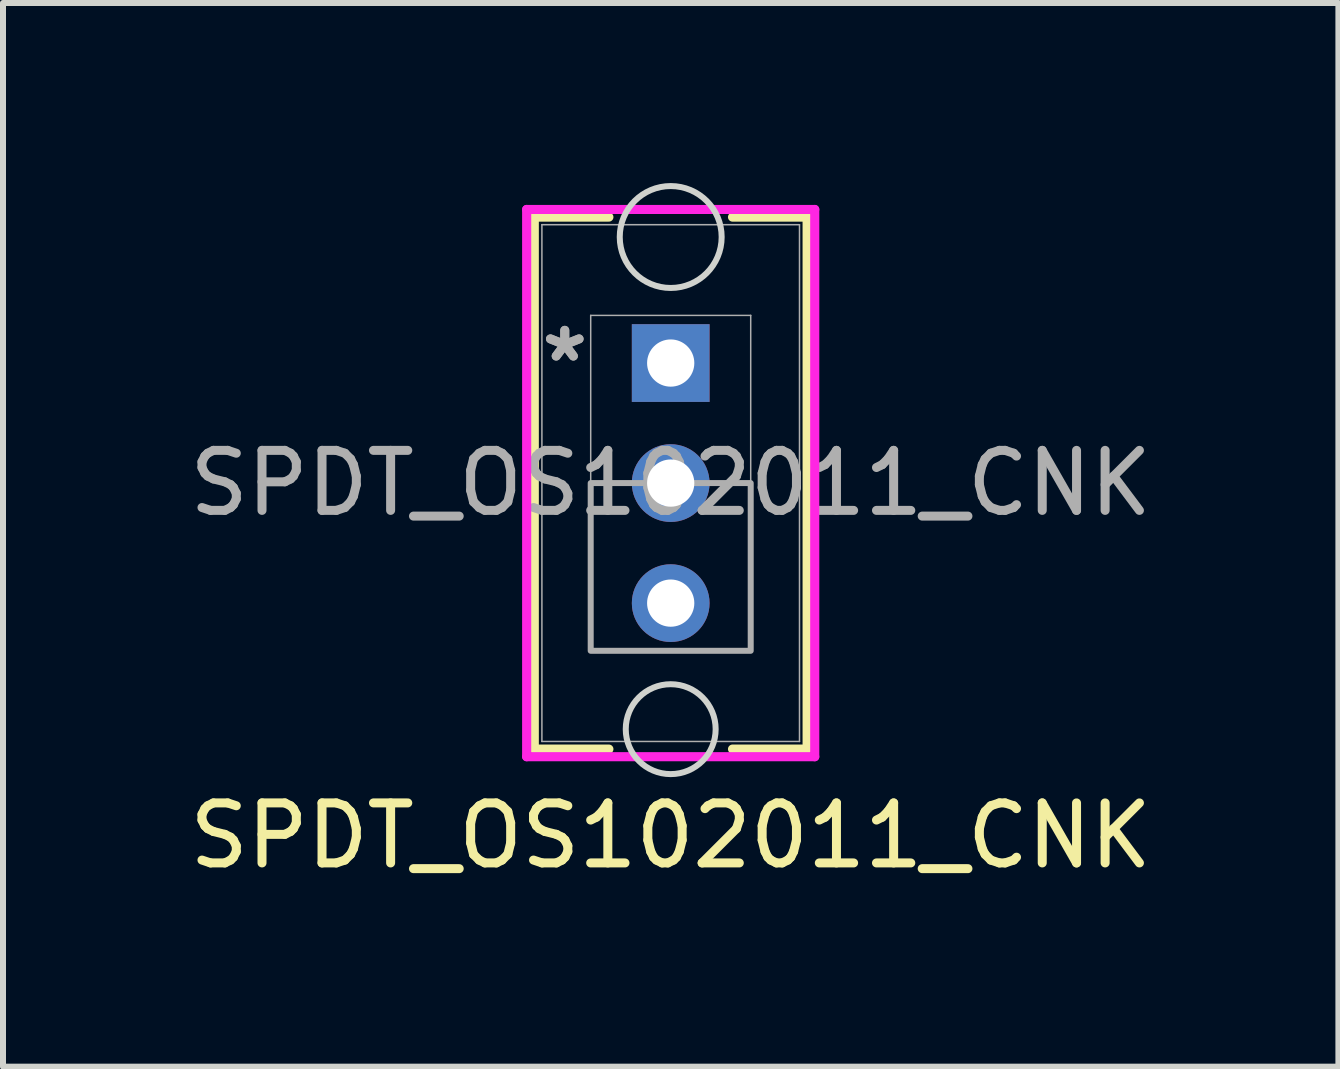
<source format=kicad_pcb>
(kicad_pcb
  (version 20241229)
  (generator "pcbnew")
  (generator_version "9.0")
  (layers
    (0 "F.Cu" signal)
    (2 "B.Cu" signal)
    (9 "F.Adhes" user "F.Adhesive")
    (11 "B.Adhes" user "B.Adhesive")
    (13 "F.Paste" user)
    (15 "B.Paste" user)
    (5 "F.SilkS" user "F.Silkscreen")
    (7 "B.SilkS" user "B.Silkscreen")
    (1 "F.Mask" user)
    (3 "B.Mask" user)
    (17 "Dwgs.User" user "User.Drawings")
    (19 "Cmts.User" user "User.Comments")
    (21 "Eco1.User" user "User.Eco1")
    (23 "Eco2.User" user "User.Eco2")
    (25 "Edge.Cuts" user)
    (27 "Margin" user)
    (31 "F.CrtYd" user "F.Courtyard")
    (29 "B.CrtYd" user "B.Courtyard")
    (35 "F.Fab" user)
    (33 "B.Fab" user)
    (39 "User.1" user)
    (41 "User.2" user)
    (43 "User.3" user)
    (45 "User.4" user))
  (footprint "SPDT_OS102011_CNK"
    (layer "F.Cu")
    (at 8.125 2.999)
    (property "Reference" "SPDT_OS102011_CNK" (at 0 7.874 0) (unlocked yes) (layer "F.SilkS") (effects (font (size 1 1) (thickness 0.15))))
    (attr through_hole)
    (fp_line (start -2.273 -2.432) (end -2.273 6.432) (stroke (width 0.152) (type solid)) (layer "F.SilkS"))
    (fp_line (start -2.273 6.432) (end -1.03 6.432) (stroke (width 0.152) (type solid)) (layer "F.SilkS"))
    (fp_line (start -1.03 -2.432) (end -2.273 -2.432) (stroke (width 0.152) (type solid)) (layer "F.SilkS"))
    (fp_line (start 1.03 6.432) (end 2.273 6.432) (stroke (width 0.152) (type solid)) (layer "F.SilkS"))
    (fp_line (start 2.273 -2.432) (end 1.03 -2.432) (stroke (width 0.152) (type solid)) (layer "F.SilkS"))
    (fp_line (start 2.273 6.432) (end 2.273 -2.432) (stroke (width 0.152) (type solid)) (layer "F.SilkS"))
    (fp_circle (center 0 -2.1) (end 0.849 -2.1) (stroke (width 0.1) (type default)) (fill no) (layer "Edge.Cuts"))
    (fp_circle (center 0 6.1) (end 0.749 6.1) (stroke (width 0.1) (type default)) (fill no) (layer "Edge.Cuts"))
    (fp_line (start -2.4 -2.559) (end -2.4 6.559) (stroke (width 0.152) (type solid)) (layer "F.CrtYd"))
    (fp_line (start -2.4 6.559) (end 2.4 6.559) (stroke (width 0.152) (type solid)) (layer "F.CrtYd"))
    (fp_line (start 2.4 -2.559) (end -2.4 -2.559) (stroke (width 0.152) (type solid)) (layer "F.CrtYd"))
    (fp_line (start 2.4 6.559) (end 2.4 -2.559) (stroke (width 0.152) (type solid)) (layer "F.CrtYd"))
    (fp_line (start -2.146 -2.305) (end -2.146 6.305) (stroke (width 0.025) (type solid)) (layer "F.Fab"))
    (fp_line (start -2.146 6.305) (end 2.146 6.305) (stroke (width 0.025) (type solid)) (layer "F.Fab"))
    (fp_line (start -1.333 -0.794) (end 1.333 -0.794) (stroke (width 0.025) (type solid)) (layer "F.Fab"))
    (fp_line (start -1.333 4.794) (end -1.333 -0.794) (stroke (width 0.025) (type solid)) (layer "F.Fab"))
    (fp_line (start 1.333 -0.794) (end 1.333 4.794) (stroke (width 0.025) (type solid)) (layer "F.Fab"))
    (fp_line (start 1.333 4.794) (end -1.333 4.794) (stroke (width 0.025) (type solid)) (layer "F.Fab"))
    (fp_line (start 2.146 -2.305) (end -2.146 -2.305) (stroke (width 0.025) (type solid)) (layer "F.Fab"))
    (fp_line (start 2.146 6.305) (end 2.146 -2.305) (stroke (width 0.025) (type solid)) (layer "F.Fab"))
    (fp_poly (pts (xy -1.333 4.794) (xy -1.333 2) (xy 1.333 2) (xy 1.333 4.794)) (stroke (width 0.1) (type solid)) (fill no) (layer "F.Fab"))
    (fp_text user "${REFERENCE}" (at 0 2 0) (unlocked yes) (layer "F.Fab") (effects (font (size 1 1) (thickness 0.15))))
    (fp_text user "*" (at -1.765 0 0) (unlocked yes) (layer "F.Fab") (effects (font (size 1 1) (thickness 0.15))))
    (fp_text user "*" (at -1.765 0 0) (layer "F.Fab") (effects (font (size 1 1) (thickness 0.15))))
    (pad "1" thru_hole rect (at 0 0) (size 1.295 1.295) (drill 0.787) (layers "*.Cu" "*.Mask"))
    (pad "2" thru_hole circle (at 0 2) (size 1.295 1.295) (drill 0.787) (layers "*.Cu" "*.Mask"))
    (pad "3" thru_hole circle (at 0 4) (size 1.295 1.295) (drill 0.787) (layers "*.Cu" "*.Mask")))
  (gr_rect
    (start -3 -3)
    (end 19.25 14.722)
    (stroke (width 0.1) (type default))
    (fill no)
    (layer "Edge.Cuts")))
</source>
